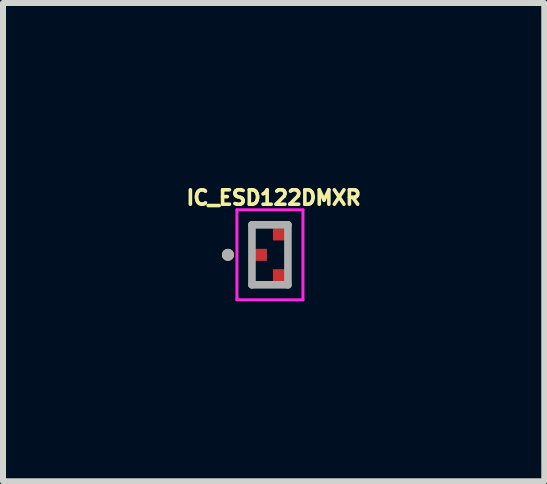
<source format=kicad_pcb>
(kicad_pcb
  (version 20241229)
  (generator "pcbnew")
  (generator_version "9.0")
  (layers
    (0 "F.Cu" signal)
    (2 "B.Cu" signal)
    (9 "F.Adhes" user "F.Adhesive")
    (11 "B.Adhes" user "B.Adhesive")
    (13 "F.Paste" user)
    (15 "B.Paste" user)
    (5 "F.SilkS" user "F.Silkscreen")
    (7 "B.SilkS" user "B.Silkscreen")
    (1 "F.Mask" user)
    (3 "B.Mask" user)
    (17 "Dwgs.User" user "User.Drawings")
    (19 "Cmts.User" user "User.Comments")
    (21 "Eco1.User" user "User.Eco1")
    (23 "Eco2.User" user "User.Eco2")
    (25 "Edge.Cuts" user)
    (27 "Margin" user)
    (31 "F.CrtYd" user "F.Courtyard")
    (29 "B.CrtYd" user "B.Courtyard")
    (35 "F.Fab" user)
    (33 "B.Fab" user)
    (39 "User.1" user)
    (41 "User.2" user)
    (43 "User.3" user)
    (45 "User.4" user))
  (footprint "IC_ESD122DMXR"
    (layer "F.Cu")
    (at 1.45 1.198)
    (property "Reference" "IC_ESD122DMXR" (at 0.062 -0.952 0) (layer "F.SilkS") (effects (font (size 0.24 0.24) (thickness 0.15))))
    (attr through_hole)
    (fp_poly (pts (xy -0.3 -0.1) (xy -0.3 0.1) (xy -0.3 0.103) (xy -0.3 0.105) (xy -0.299 0.108) (xy -0.299 0.11) (xy -0.298 0.113) (xy -0.298 0.115) (xy -0.297 0.118) (xy -0.296 0.12) (xy -0.295 0.123) (xy -0.293 0.125) (xy -0.292 0.127) (xy -0.29 0.129) (xy -0.289 0.131) (xy -0.287 0.133) (xy -0.285 0.135) (xy -0.283 0.137) (xy -0.281 0.139) (xy -0.279 0.14) (xy -0.277 0.142) (xy -0.275 0.143) (xy -0.273 0.145) (xy -0.27 0.146) (xy -0.268 0.147) (xy -0.265 0.148) (xy -0.263 0.148) (xy -0.26 0.149) (xy -0.258 0.149) (xy -0.255 0.15) (xy -0.253 0.15) (xy -0.25 0.15) (xy -0.05 0.15) (xy -0.047 0.15) (xy -0.045 0.15) (xy -0.042 0.149) (xy -0.04 0.149) (xy -0.037 0.148) (xy -0.035 0.148) (xy -0.032 0.147) (xy -0.03 0.146) (xy -0.027 0.145) (xy -0.025 0.143) (xy -0.023 0.142) (xy -0.021 0.14) (xy -0.019 0.139) (xy -0.017 0.137) (xy -0.015 0.135) (xy -0.013 0.133) (xy -0.011 0.131) (xy -0.01 0.129) (xy -0.008 0.127) (xy -0.007 0.125) (xy -0.005 0.123) (xy -0.004 0.12) (xy -0.003 0.118) (xy -0.002 0.115) (xy -0.002 0.113) (xy -0.001 0.11) (xy -0.001 0.108) (xy -0.000274 0.105) (xy -0.000069 0.103) (xy 0 0.1) (xy 0 -0.1) (xy -0.000069 -0.103) (xy -0.000274 -0.105) (xy -0.001 -0.108) (xy -0.001 -0.11) (xy -0.002 -0.113) (xy -0.002 -0.115) (xy -0.003 -0.118) (xy -0.004 -0.12) (xy -0.005 -0.123) (xy -0.007 -0.125) (xy -0.008 -0.127) (xy -0.01 -0.129) (xy -0.011 -0.131) (xy -0.013 -0.133) (xy -0.015 -0.135) (xy -0.017 -0.137) (xy -0.019 -0.139) (xy -0.021 -0.14) (xy -0.023 -0.142) (xy -0.025 -0.143) (xy -0.027 -0.145) (xy -0.03 -0.146) (xy -0.032 -0.147) (xy -0.035 -0.148) (xy -0.037 -0.148) (xy -0.04 -0.149) (xy -0.042 -0.149) (xy -0.045 -0.15) (xy -0.047 -0.15) (xy -0.05 -0.15) (xy -0.25 -0.15) (xy -0.253 -0.15) (xy -0.255 -0.15) (xy -0.258 -0.149) (xy -0.26 -0.149) (xy -0.263 -0.148) (xy -0.265 -0.148) (xy -0.268 -0.147) (xy -0.27 -0.146) (xy -0.273 -0.145) (xy -0.275 -0.143) (xy -0.277 -0.142) (xy -0.279 -0.14) (xy -0.281 -0.139) (xy -0.283 -0.137) (xy -0.285 -0.135) (xy -0.287 -0.133) (xy -0.289 -0.131) (xy -0.29 -0.129) (xy -0.292 -0.127) (xy -0.293 -0.125) (xy -0.295 -0.123) (xy -0.296 -0.12) (xy -0.297 -0.118) (xy -0.298 -0.115) (xy -0.298 -0.113) (xy -0.299 -0.11) (xy -0.299 -0.108) (xy -0.3 -0.105) (xy -0.3 -0.103) (xy -0.3 -0.1)) (stroke (width 0.01) (type solid)) (fill yes) (layer "F.Mask"))
    (fp_poly (pts (xy 0 -0.44) (xy 0 -0.24) (xy 0.000069 -0.237) (xy 0.000274 -0.235) (xy 0.001 -0.232) (xy 0.001 -0.23) (xy 0.002 -0.227) (xy 0.002 -0.225) (xy 0.003 -0.222) (xy 0.004 -0.22) (xy 0.005 -0.217) (xy 0.007 -0.215) (xy 0.008 -0.213) (xy 0.01 -0.211) (xy 0.011 -0.209) (xy 0.013 -0.207) (xy 0.015 -0.205) (xy 0.017 -0.203) (xy 0.019 -0.201) (xy 0.021 -0.2) (xy 0.023 -0.198) (xy 0.025 -0.197) (xy 0.027 -0.195) (xy 0.03 -0.194) (xy 0.032 -0.193) (xy 0.035 -0.192) (xy 0.037 -0.192) (xy 0.04 -0.191) (xy 0.042 -0.191) (xy 0.045 -0.19) (xy 0.047 -0.19) (xy 0.05 -0.19) (xy 0.25 -0.19) (xy 0.253 -0.19) (xy 0.255 -0.19) (xy 0.258 -0.191) (xy 0.26 -0.191) (xy 0.263 -0.192) (xy 0.265 -0.192) (xy 0.268 -0.193) (xy 0.27 -0.194) (xy 0.273 -0.195) (xy 0.275 -0.197) (xy 0.277 -0.198) (xy 0.279 -0.2) (xy 0.281 -0.201) (xy 0.283 -0.203) (xy 0.285 -0.205) (xy 0.287 -0.207) (xy 0.289 -0.209) (xy 0.29 -0.211) (xy 0.292 -0.213) (xy 0.293 -0.215) (xy 0.295 -0.217) (xy 0.296 -0.22) (xy 0.297 -0.222) (xy 0.298 -0.225) (xy 0.298 -0.227) (xy 0.299 -0.23) (xy 0.299 -0.232) (xy 0.3 -0.235) (xy 0.3 -0.237) (xy 0.3 -0.24) (xy 0.3 -0.44) (xy 0.3 -0.443) (xy 0.3 -0.445) (xy 0.299 -0.448) (xy 0.299 -0.45) (xy 0.298 -0.453) (xy 0.298 -0.455) (xy 0.297 -0.458) (xy 0.296 -0.46) (xy 0.295 -0.463) (xy 0.293 -0.465) (xy 0.292 -0.467) (xy 0.29 -0.469) (xy 0.289 -0.471) (xy 0.287 -0.473) (xy 0.285 -0.475) (xy 0.283 -0.477) (xy 0.281 -0.479) (xy 0.279 -0.48) (xy 0.277 -0.482) (xy 0.275 -0.483) (xy 0.273 -0.485) (xy 0.27 -0.486) (xy 0.268 -0.487) (xy 0.265 -0.488) (xy 0.263 -0.488) (xy 0.26 -0.489) (xy 0.258 -0.489) (xy 0.255 -0.49) (xy 0.253 -0.49) (xy 0.25 -0.49) (xy 0.05 -0.49) (xy 0.047 -0.49) (xy 0.045 -0.49) (xy 0.042 -0.489) (xy 0.04 -0.489) (xy 0.037 -0.488) (xy 0.035 -0.488) (xy 0.032 -0.487) (xy 0.03 -0.486) (xy 0.027 -0.485) (xy 0.025 -0.483) (xy 0.023 -0.482) (xy 0.021 -0.48) (xy 0.019 -0.479) (xy 0.017 -0.477) (xy 0.015 -0.475) (xy 0.013 -0.473) (xy 0.011 -0.471) (xy 0.01 -0.469) (xy 0.008 -0.467) (xy 0.007 -0.465) (xy 0.005 -0.463) (xy 0.004 -0.46) (xy 0.003 -0.458) (xy 0.002 -0.455) (xy 0.002 -0.453) (xy 0.001 -0.45) (xy 0.001 -0.448) (xy 0.000274 -0.445) (xy 0.000069 -0.443) (xy 0 -0.44)) (stroke (width 0.01) (type solid)) (fill yes) (layer "F.Mask"))
    (fp_poly (pts (xy 0 0.24) (xy 0 0.44) (xy 0.000069 0.443) (xy 0.000274 0.445) (xy 0.001 0.448) (xy 0.001 0.45) (xy 0.002 0.453) (xy 0.002 0.455) (xy 0.003 0.458) (xy 0.004 0.46) (xy 0.005 0.463) (xy 0.007 0.465) (xy 0.008 0.467) (xy 0.01 0.469) (xy 0.011 0.471) (xy 0.013 0.473) (xy 0.015 0.475) (xy 0.017 0.477) (xy 0.019 0.479) (xy 0.021 0.48) (xy 0.023 0.482) (xy 0.025 0.483) (xy 0.027 0.485) (xy 0.03 0.486) (xy 0.032 0.487) (xy 0.035 0.488) (xy 0.037 0.488) (xy 0.04 0.489) (xy 0.042 0.489) (xy 0.045 0.49) (xy 0.047 0.49) (xy 0.05 0.49) (xy 0.25 0.49) (xy 0.253 0.49) (xy 0.255 0.49) (xy 0.258 0.489) (xy 0.26 0.489) (xy 0.263 0.488) (xy 0.265 0.488) (xy 0.268 0.487) (xy 0.27 0.486) (xy 0.273 0.485) (xy 0.275 0.483) (xy 0.277 0.482) (xy 0.279 0.48) (xy 0.281 0.479) (xy 0.283 0.477) (xy 0.285 0.475) (xy 0.287 0.473) (xy 0.289 0.471) (xy 0.29 0.469) (xy 0.292 0.467) (xy 0.293 0.465) (xy 0.295 0.463) (xy 0.296 0.46) (xy 0.297 0.458) (xy 0.298 0.455) (xy 0.298 0.453) (xy 0.299 0.45) (xy 0.299 0.448) (xy 0.3 0.445) (xy 0.3 0.443) (xy 0.3 0.44) (xy 0.3 0.24) (xy 0.3 0.237) (xy 0.3 0.235) (xy 0.299 0.232) (xy 0.299 0.23) (xy 0.298 0.227) (xy 0.298 0.225) (xy 0.297 0.222) (xy 0.296 0.22) (xy 0.295 0.217) (xy 0.293 0.215) (xy 0.292 0.213) (xy 0.29 0.211) (xy 0.289 0.209) (xy 0.287 0.207) (xy 0.285 0.205) (xy 0.283 0.203) (xy 0.281 0.201) (xy 0.279 0.2) (xy 0.277 0.198) (xy 0.275 0.197) (xy 0.273 0.195) (xy 0.27 0.194) (xy 0.268 0.193) (xy 0.265 0.192) (xy 0.263 0.192) (xy 0.26 0.191) (xy 0.258 0.191) (xy 0.255 0.19) (xy 0.253 0.19) (xy 0.25 0.19) (xy 0.05 0.19) (xy 0.047 0.19) (xy 0.045 0.19) (xy 0.042 0.191) (xy 0.04 0.191) (xy 0.037 0.192) (xy 0.035 0.192) (xy 0.032 0.193) (xy 0.03 0.194) (xy 0.027 0.195) (xy 0.025 0.197) (xy 0.023 0.198) (xy 0.021 0.2) (xy 0.019 0.201) (xy 0.017 0.203) (xy 0.015 0.205) (xy 0.013 0.207) (xy 0.011 0.209) (xy 0.01 0.211) (xy 0.008 0.213) (xy 0.007 0.215) (xy 0.005 0.217) (xy 0.004 0.22) (xy 0.003 0.222) (xy 0.002 0.225) (xy 0.002 0.227) (xy 0.001 0.23) (xy 0.001 0.232) (xy 0.000274 0.235) (xy 0.000069 0.237) (xy 0 0.24)) (stroke (width 0.01) (type solid)) (fill yes) (layer "F.Mask"))
    (fp_circle (center -0.7 0) (end -0.65 0) (stroke (width 0.1) (type solid)) (fill no) (layer "F.SilkS"))
    (fp_poly (pts (xy -0.205 -0.105) (xy -0.208 -0.105) (xy -0.21 -0.105) (xy -0.213 -0.104) (xy -0.215 -0.104) (xy -0.218 -0.103) (xy -0.22 -0.103) (xy -0.223 -0.102) (xy -0.225 -0.101) (xy -0.228 -0.1) (xy -0.23 -0.098) (xy -0.232 -0.097) (xy -0.234 -0.095) (xy -0.236 -0.094) (xy -0.238 -0.092) (xy -0.24 -0.09) (xy -0.242 -0.088) (xy -0.244 -0.086) (xy -0.245 -0.084) (xy -0.247 -0.082) (xy -0.248 -0.08) (xy -0.25 -0.078) (xy -0.251 -0.075) (xy -0.252 -0.073) (xy -0.253 -0.07) (xy -0.253 -0.068) (xy -0.254 -0.065) (xy -0.254 -0.063) (xy -0.255 -0.06) (xy -0.255 -0.058) (xy -0.255 -0.055) (xy -0.255 0.055) (xy -0.255 0.058) (xy -0.255 0.06) (xy -0.254 0.063) (xy -0.254 0.065) (xy -0.253 0.068) (xy -0.253 0.07) (xy -0.252 0.073) (xy -0.251 0.075) (xy -0.25 0.078) (xy -0.248 0.08) (xy -0.247 0.082) (xy -0.245 0.084) (xy -0.244 0.086) (xy -0.242 0.088) (xy -0.24 0.09) (xy -0.238 0.092) (xy -0.236 0.094) (xy -0.234 0.095) (xy -0.232 0.097) (xy -0.23 0.098) (xy -0.228 0.1) (xy -0.225 0.101) (xy -0.223 0.102) (xy -0.22 0.103) (xy -0.218 0.103) (xy -0.215 0.104) (xy -0.213 0.104) (xy -0.21 0.105) (xy -0.208 0.105) (xy -0.205 0.105) (xy -0.095 0.105) (xy -0.092 0.105) (xy -0.09 0.105) (xy -0.087 0.104) (xy -0.085 0.104) (xy -0.082 0.103) (xy -0.08 0.103) (xy -0.077 0.102) (xy -0.075 0.101) (xy -0.072 0.1) (xy -0.07 0.098) (xy -0.068 0.097) (xy -0.066 0.095) (xy -0.064 0.094) (xy -0.062 0.092) (xy -0.06 0.09) (xy -0.058 0.088) (xy -0.056 0.086) (xy -0.055 0.084) (xy -0.053 0.082) (xy -0.052 0.08) (xy -0.05 0.078) (xy -0.049 0.075) (xy -0.048 0.073) (xy -0.047 0.07) (xy -0.047 0.068) (xy -0.046 0.065) (xy -0.046 0.063) (xy -0.045 0.06) (xy -0.045 0.058) (xy -0.045 0.055) (xy -0.045 -0.055) (xy -0.045 -0.058) (xy -0.045 -0.06) (xy -0.046 -0.063) (xy -0.046 -0.065) (xy -0.047 -0.068) (xy -0.047 -0.07) (xy -0.048 -0.073) (xy -0.049 -0.075) (xy -0.05 -0.078) (xy -0.052 -0.08) (xy -0.053 -0.082) (xy -0.055 -0.084) (xy -0.056 -0.086) (xy -0.058 -0.088) (xy -0.06 -0.09) (xy -0.062 -0.092) (xy -0.064 -0.094) (xy -0.066 -0.095) (xy -0.068 -0.097) (xy -0.07 -0.098) (xy -0.072 -0.1) (xy -0.075 -0.101) (xy -0.077 -0.102) (xy -0.08 -0.103) (xy -0.082 -0.103) (xy -0.085 -0.104) (xy -0.087 -0.104) (xy -0.09 -0.105) (xy -0.092 -0.105) (xy -0.095 -0.105) (xy -0.205 -0.105)) (stroke (width 0.01) (type solid)) (fill yes) (layer "F.Paste"))
    (fp_poly (pts (xy 0.095 -0.445) (xy 0.092 -0.445) (xy 0.09 -0.445) (xy 0.087 -0.444) (xy 0.085 -0.444) (xy 0.082 -0.443) (xy 0.08 -0.443) (xy 0.077 -0.442) (xy 0.075 -0.441) (xy 0.072 -0.44) (xy 0.07 -0.438) (xy 0.068 -0.437) (xy 0.066 -0.435) (xy 0.064 -0.434) (xy 0.062 -0.432) (xy 0.06 -0.43) (xy 0.058 -0.428) (xy 0.056 -0.426) (xy 0.055 -0.424) (xy 0.053 -0.422) (xy 0.052 -0.42) (xy 0.05 -0.418) (xy 0.049 -0.415) (xy 0.048 -0.413) (xy 0.047 -0.41) (xy 0.047 -0.408) (xy 0.046 -0.405) (xy 0.046 -0.403) (xy 0.045 -0.4) (xy 0.045 -0.398) (xy 0.045 -0.395) (xy 0.045 -0.285) (xy 0.045 -0.282) (xy 0.045 -0.28) (xy 0.046 -0.277) (xy 0.046 -0.275) (xy 0.047 -0.272) (xy 0.047 -0.27) (xy 0.048 -0.267) (xy 0.049 -0.265) (xy 0.05 -0.262) (xy 0.052 -0.26) (xy 0.053 -0.258) (xy 0.055 -0.256) (xy 0.056 -0.254) (xy 0.058 -0.252) (xy 0.06 -0.25) (xy 0.062 -0.248) (xy 0.064 -0.246) (xy 0.066 -0.245) (xy 0.068 -0.243) (xy 0.07 -0.242) (xy 0.072 -0.24) (xy 0.075 -0.239) (xy 0.077 -0.238) (xy 0.08 -0.237) (xy 0.082 -0.237) (xy 0.085 -0.236) (xy 0.087 -0.236) (xy 0.09 -0.235) (xy 0.092 -0.235) (xy 0.095 -0.235) (xy 0.205 -0.235) (xy 0.208 -0.235) (xy 0.21 -0.235) (xy 0.213 -0.236) (xy 0.215 -0.236) (xy 0.218 -0.237) (xy 0.22 -0.237) (xy 0.223 -0.238) (xy 0.225 -0.239) (xy 0.228 -0.24) (xy 0.23 -0.242) (xy 0.232 -0.243) (xy 0.234 -0.245) (xy 0.236 -0.246) (xy 0.238 -0.248) (xy 0.24 -0.25) (xy 0.242 -0.252) (xy 0.244 -0.254) (xy 0.245 -0.256) (xy 0.247 -0.258) (xy 0.248 -0.26) (xy 0.25 -0.262) (xy 0.251 -0.265) (xy 0.252 -0.267) (xy 0.253 -0.27) (xy 0.253 -0.272) (xy 0.254 -0.275) (xy 0.254 -0.277) (xy 0.255 -0.28) (xy 0.255 -0.282) (xy 0.255 -0.285) (xy 0.255 -0.395) (xy 0.255 -0.398) (xy 0.255 -0.4) (xy 0.254 -0.403) (xy 0.254 -0.405) (xy 0.253 -0.408) (xy 0.253 -0.41) (xy 0.252 -0.413) (xy 0.251 -0.415) (xy 0.25 -0.418) (xy 0.248 -0.42) (xy 0.247 -0.422) (xy 0.245 -0.424) (xy 0.244 -0.426) (xy 0.242 -0.428) (xy 0.24 -0.43) (xy 0.238 -0.432) (xy 0.236 -0.434) (xy 0.234 -0.435) (xy 0.232 -0.437) (xy 0.23 -0.438) (xy 0.228 -0.44) (xy 0.225 -0.441) (xy 0.223 -0.442) (xy 0.22 -0.443) (xy 0.218 -0.443) (xy 0.215 -0.444) (xy 0.213 -0.444) (xy 0.21 -0.445) (xy 0.208 -0.445) (xy 0.205 -0.445) (xy 0.095 -0.445)) (stroke (width 0.01) (type solid)) (fill yes) (layer "F.Paste"))
    (fp_poly (pts (xy 0.095 0.235) (xy 0.092 0.235) (xy 0.09 0.235) (xy 0.087 0.236) (xy 0.085 0.236) (xy 0.082 0.237) (xy 0.08 0.237) (xy 0.077 0.238) (xy 0.075 0.239) (xy 0.072 0.24) (xy 0.07 0.242) (xy 0.068 0.243) (xy 0.066 0.245) (xy 0.064 0.246) (xy 0.062 0.248) (xy 0.06 0.25) (xy 0.058 0.252) (xy 0.056 0.254) (xy 0.055 0.256) (xy 0.053 0.258) (xy 0.052 0.26) (xy 0.05 0.262) (xy 0.049 0.265) (xy 0.048 0.267) (xy 0.047 0.27) (xy 0.047 0.272) (xy 0.046 0.275) (xy 0.046 0.277) (xy 0.045 0.28) (xy 0.045 0.282) (xy 0.045 0.285) (xy 0.045 0.395) (xy 0.045 0.398) (xy 0.045 0.4) (xy 0.046 0.403) (xy 0.046 0.405) (xy 0.047 0.408) (xy 0.047 0.41) (xy 0.048 0.413) (xy 0.049 0.415) (xy 0.05 0.418) (xy 0.052 0.42) (xy 0.053 0.422) (xy 0.055 0.424) (xy 0.056 0.426) (xy 0.058 0.428) (xy 0.06 0.43) (xy 0.062 0.432) (xy 0.064 0.434) (xy 0.066 0.435) (xy 0.068 0.437) (xy 0.07 0.438) (xy 0.072 0.44) (xy 0.075 0.441) (xy 0.077 0.442) (xy 0.08 0.443) (xy 0.082 0.443) (xy 0.085 0.444) (xy 0.087 0.444) (xy 0.09 0.445) (xy 0.092 0.445) (xy 0.095 0.445) (xy 0.205 0.445) (xy 0.208 0.445) (xy 0.21 0.445) (xy 0.213 0.444) (xy 0.215 0.444) (xy 0.218 0.443) (xy 0.22 0.443) (xy 0.223 0.442) (xy 0.225 0.441) (xy 0.228 0.44) (xy 0.23 0.438) (xy 0.232 0.437) (xy 0.234 0.435) (xy 0.236 0.434) (xy 0.238 0.432) (xy 0.24 0.43) (xy 0.242 0.428) (xy 0.244 0.426) (xy 0.245 0.424) (xy 0.247 0.422) (xy 0.248 0.42) (xy 0.25 0.418) (xy 0.251 0.415) (xy 0.252 0.413) (xy 0.253 0.41) (xy 0.253 0.408) (xy 0.254 0.405) (xy 0.254 0.403) (xy 0.255 0.4) (xy 0.255 0.398) (xy 0.255 0.395) (xy 0.255 0.285) (xy 0.255 0.282) (xy 0.255 0.28) (xy 0.254 0.277) (xy 0.254 0.275) (xy 0.253 0.272) (xy 0.253 0.27) (xy 0.252 0.267) (xy 0.251 0.265) (xy 0.25 0.262) (xy 0.248 0.26) (xy 0.247 0.258) (xy 0.245 0.256) (xy 0.244 0.254) (xy 0.242 0.252) (xy 0.24 0.25) (xy 0.238 0.248) (xy 0.236 0.246) (xy 0.234 0.245) (xy 0.232 0.243) (xy 0.23 0.242) (xy 0.228 0.24) (xy 0.225 0.239) (xy 0.223 0.238) (xy 0.22 0.237) (xy 0.218 0.237) (xy 0.215 0.236) (xy 0.213 0.236) (xy 0.21 0.235) (xy 0.208 0.235) (xy 0.205 0.235) (xy 0.095 0.235)) (stroke (width 0.01) (type solid)) (fill yes) (layer "F.Paste"))
    (fp_line (start -0.55 -0.75) (end -0.55 0.75) (stroke (width 0.05) (type solid)) (layer "F.CrtYd"))
    (fp_line (start -0.55 0.75) (end 0.55 0.75) (stroke (width 0.05) (type solid)) (layer "F.CrtYd"))
    (fp_line (start 0.55 -0.75) (end -0.55 -0.75) (stroke (width 0.05) (type solid)) (layer "F.CrtYd"))
    (fp_line (start 0.55 0.75) (end 0.55 -0.75) (stroke (width 0.05) (type solid)) (layer "F.CrtYd"))
    (fp_line (start -0.3 -0.5) (end 0.3 -0.5) (stroke (width 0.127) (type solid)) (layer "F.Fab"))
    (fp_line (start -0.3 0.5) (end -0.3 -0.5) (stroke (width 0.127) (type solid)) (layer "F.Fab"))
    (fp_line (start 0.3 -0.5) (end 0.3 0.5) (stroke (width 0.127) (type solid)) (layer "F.Fab"))
    (fp_line (start 0.3 0.5) (end -0.3 0.5) (stroke (width 0.127) (type solid)) (layer "F.Fab"))
    (fp_circle (center -0.7 0) (end -0.65 0) (stroke (width 0.1) (type solid)) (fill no) (layer "F.Fab"))
    (pad "1" smd rect (at -0.15 0) (size 0.2 0.2) (layers "F.Cu"))
    (pad "2" smd rect (at 0.15 0.34) (size 0.2 0.2) (layers "F.Cu"))
    (pad "3" smd rect (at 0.15 -0.34) (size 0.2 0.2) (layers "F.Cu")))
  (gr_rect
    (start -3 -3)
    (end 6.023 4.973)
    (stroke (width 0.1) (type default))
    (fill no)
    (layer "Edge.Cuts")))
</source>
